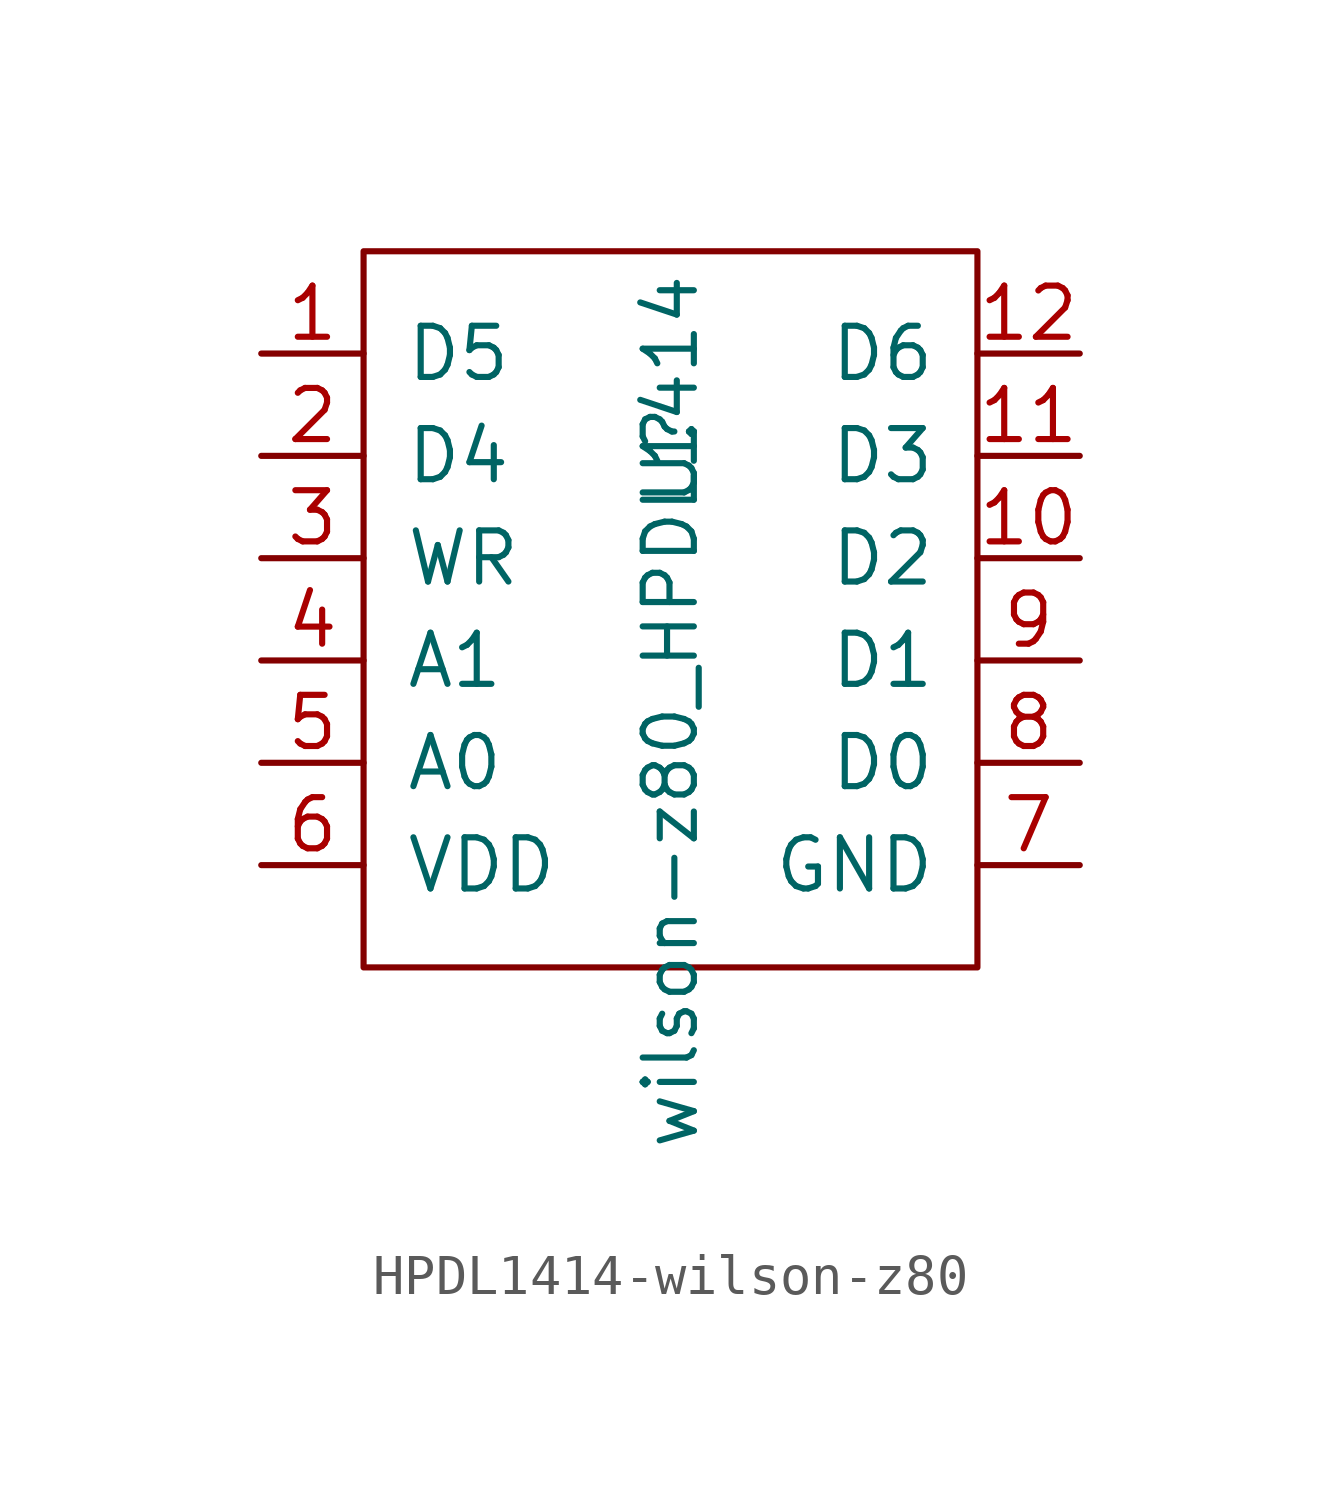
<source format=kicad_sym>
(kicad_symbol_lib
  (version 20220914)
  (generator kicad_symbol_editor)
  (symbol "HPDL1414-wilson-z80"
    (pin_names
      (offset 1.016))
    (property "Reference" "U"
      (at 0 2.54 90)
      (effects (font (size 1.27 1.27))))
    (property "Value" "wilson-z80_HPDL1414"
      (at 0 -3.81 90)
      (effects (font (size 1.27 1.27))))
    (symbol "HPDL1414-wilson-z80_0_0"
      (pin input line (at -10.16 5.08 0) (length 2.54) (name "D5" (effects (font (size 1.27 1.27)))) (number "1" (effects (font (size 1.27 1.27)))))
      (pin input line (at 10.16 0 180) (length 2.54) (name "D2" (effects (font (size 1.27 1.27)))) (number "10" (effects (font (size 1.27 1.27)))))
      (pin input line (at 10.16 2.54 180) (length 2.54) (name "D3" (effects (font (size 1.27 1.27)))) (number "11" (effects (font (size 1.27 1.27)))))
      (pin input line (at 10.16 5.08 180) (length 2.54) (name "D6" (effects (font (size 1.27 1.27)))) (number "12" (effects (font (size 1.27 1.27)))))
      (pin input line (at -10.16 2.54 0) (length 2.54) (name "D4" (effects (font (size 1.27 1.27)))) (number "2" (effects (font (size 1.27 1.27)))))
      (pin input line (at -10.16 0 0) (length 2.54) (name "WR" (effects (font (size 1.27 1.27)))) (number "3" (effects (font (size 1.27 1.27)))))
      (pin input line (at -10.16 -2.54 0) (length 2.54) (name "A1" (effects (font (size 1.27 1.27)))) (number "4" (effects (font (size 1.27 1.27)))))
      (pin input line (at -10.16 -5.08 0) (length 2.54) (name "A0" (effects (font (size 1.27 1.27)))) (number "5" (effects (font (size 1.27 1.27)))))
      (pin power_in line (at -10.16 -7.62 0) (length 2.54) (name "VDD" (effects (font (size 1.27 1.27)))) (number "6" (effects (font (size 1.27 1.27)))))
      (pin power_in line (at 10.16 -7.62 180) (length 2.54) (name "GND" (effects (font (size 1.27 1.27)))) (number "7" (effects (font (size 1.27 1.27)))))
      (pin input line (at 10.16 -5.08 180) (length 2.54) (name "D0" (effects (font (size 1.27 1.27)))) (number "8" (effects (font (size 1.27 1.27)))))
      (pin input line (at 10.16 -2.54 180) (length 2.54) (name "D1" (effects (font (size 1.27 1.27)))) (number "9" (effects (font (size 1.27 1.27))))))
    (symbol "HPDL1414-wilson-z80_0_1"
      (rectangle (start -7.62 7.62) (end 7.62 -10.16) (stroke (width 0) (type solid)) (fill (type none))))))
</source>
